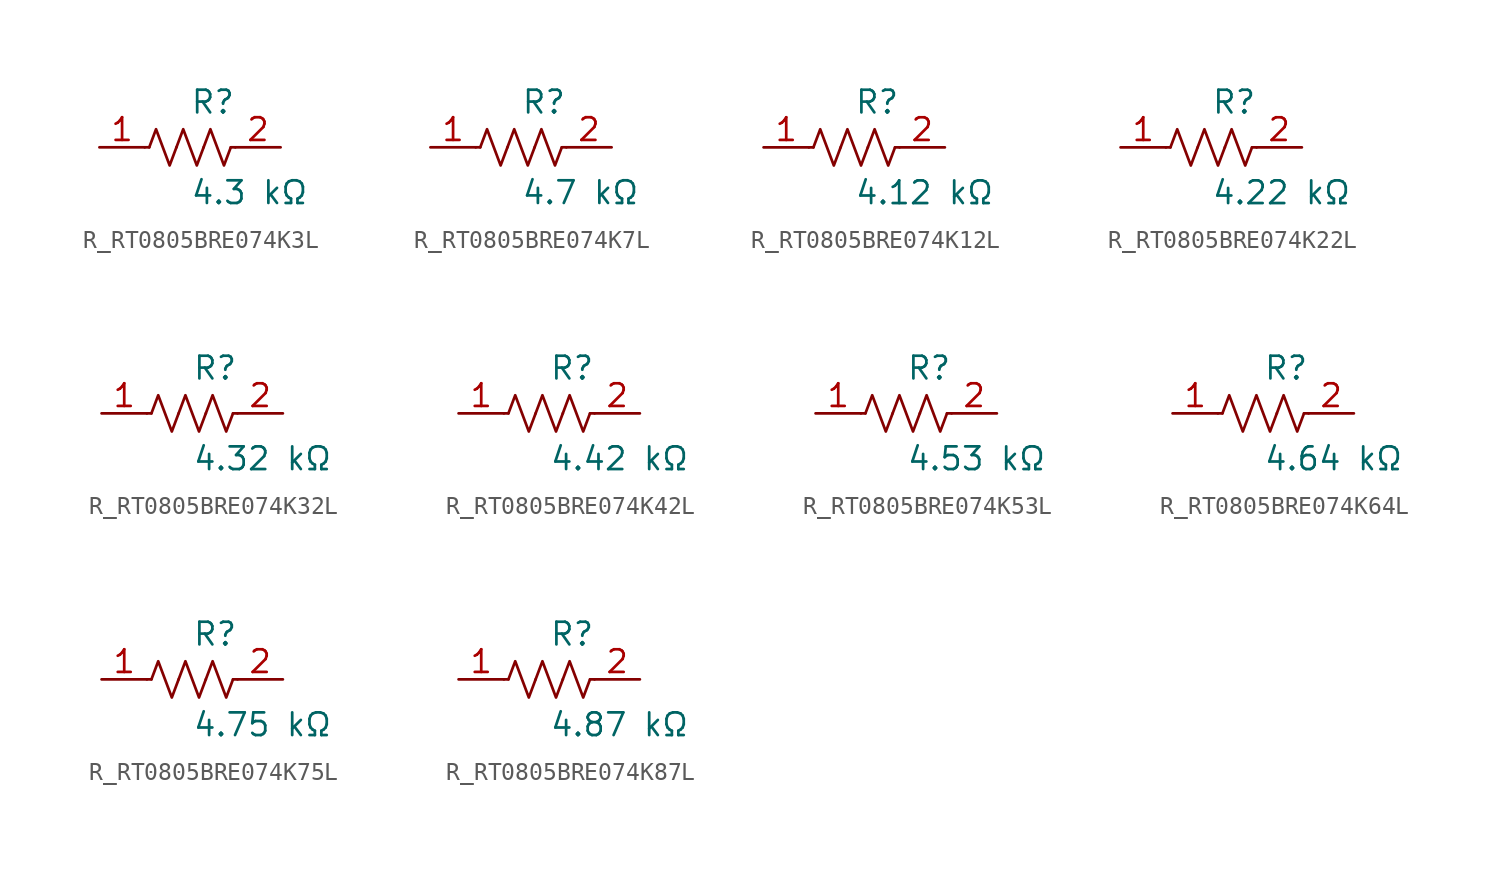
<source format=kicad_sym>
(kicad_symbol_lib
  (version 20231120)
  (generator kicad_symbol_editor)
  (generator_version 8.0)
  (symbol "R_RT0805BRE074K3L"
    (pin_names
      (offset 0.254))
    (property "Reference" "R"
      (at 0.0 2.54 0)
      (effects (font (size 1.27 1.27)) (justify left)))
    (property "Value" "4.3 kΩ"
      (at 0.0 -2.54 0)
      (effects (font (size 1.27 1.27)) (justify left)))
    (symbol "R_RT0805BRE074K3L_0_1"
      (polyline (pts (xy 2.286 0) (xy 2.54 0)) (stroke (width 0) (type default)) (fill (type none)))
      (polyline (pts (xy -2.286 0) (xy -2.54 0)) (stroke (width 0) (type default)) (fill (type none)))
      (polyline (pts (xy 0.762 0) (xy 1.143 1.016) (xy 1.524 0) (xy 1.905 -1.016) (xy 2.286 0)) (stroke (width 0) (type default)) (fill (type none)))
      (polyline (pts (xy -0.762 0) (xy -0.381 1.016) (xy 0 0) (xy 0.381 -1.016) (xy 0.762 0)) (stroke (width 0) (type default)) (fill (type none)))
      (polyline (pts (xy -2.286 0) (xy -1.905 1.016) (xy -1.524 0) (xy -1.143 -1.016) (xy -0.762 0)) (stroke (width 0) (type default)) (fill (type none))))
    (pin unspecified line
      (at -5.08 0 0)
      (length 2.54)
      (name "" (effects (font (size 1.27 1.27))))
      (number "1" (effects (font (size 1.27 1.27)))))
    (pin unspecified line
      (at 5.08 0 180)
      (length 2.54)
      (name "" (effects (font (size 1.27 1.27))))
      (number "2" (effects (font (size 1.27 1.27))))))
  (symbol "R_RT0805BRE074K7L"
    (pin_names
      (offset 0.254))
    (property "Reference" "R"
      (at 0.0 2.54 0)
      (effects (font (size 1.27 1.27)) (justify left)))
    (property "Value" "4.7 kΩ"
      (at 0.0 -2.54 0)
      (effects (font (size 1.27 1.27)) (justify left)))
    (symbol "R_RT0805BRE074K7L_0_1"
      (polyline (pts (xy 2.286 0) (xy 2.54 0)) (stroke (width 0) (type default)) (fill (type none)))
      (polyline (pts (xy -2.286 0) (xy -2.54 0)) (stroke (width 0) (type default)) (fill (type none)))
      (polyline (pts (xy 0.762 0) (xy 1.143 1.016) (xy 1.524 0) (xy 1.905 -1.016) (xy 2.286 0)) (stroke (width 0) (type default)) (fill (type none)))
      (polyline (pts (xy -0.762 0) (xy -0.381 1.016) (xy 0 0) (xy 0.381 -1.016) (xy 0.762 0)) (stroke (width 0) (type default)) (fill (type none)))
      (polyline (pts (xy -2.286 0) (xy -1.905 1.016) (xy -1.524 0) (xy -1.143 -1.016) (xy -0.762 0)) (stroke (width 0) (type default)) (fill (type none))))
    (pin unspecified line
      (at -5.08 0 0)
      (length 2.54)
      (name "" (effects (font (size 1.27 1.27))))
      (number "1" (effects (font (size 1.27 1.27)))))
    (pin unspecified line
      (at 5.08 0 180)
      (length 2.54)
      (name "" (effects (font (size 1.27 1.27))))
      (number "2" (effects (font (size 1.27 1.27))))))
  (symbol "R_RT0805BRE074K12L"
    (pin_names
      (offset 0.254))
    (property "Reference" "R"
      (at 0.0 2.54 0)
      (effects (font (size 1.27 1.27)) (justify left)))
    (property "Value" "4.12 kΩ"
      (at 0.0 -2.54 0)
      (effects (font (size 1.27 1.27)) (justify left)))
    (symbol "R_RT0805BRE074K12L_0_1"
      (polyline (pts (xy 2.286 0) (xy 2.54 0)) (stroke (width 0) (type default)) (fill (type none)))
      (polyline (pts (xy -2.286 0) (xy -2.54 0)) (stroke (width 0) (type default)) (fill (type none)))
      (polyline (pts (xy 0.762 0) (xy 1.143 1.016) (xy 1.524 0) (xy 1.905 -1.016) (xy 2.286 0)) (stroke (width 0) (type default)) (fill (type none)))
      (polyline (pts (xy -0.762 0) (xy -0.381 1.016) (xy 0 0) (xy 0.381 -1.016) (xy 0.762 0)) (stroke (width 0) (type default)) (fill (type none)))
      (polyline (pts (xy -2.286 0) (xy -1.905 1.016) (xy -1.524 0) (xy -1.143 -1.016) (xy -0.762 0)) (stroke (width 0) (type default)) (fill (type none))))
    (pin unspecified line
      (at -5.08 0 0)
      (length 2.54)
      (name "" (effects (font (size 1.27 1.27))))
      (number "1" (effects (font (size 1.27 1.27)))))
    (pin unspecified line
      (at 5.08 0 180)
      (length 2.54)
      (name "" (effects (font (size 1.27 1.27))))
      (number "2" (effects (font (size 1.27 1.27))))))
  (symbol "R_RT0805BRE074K22L"
    (pin_names
      (offset 0.254))
    (property "Reference" "R"
      (at 0.0 2.54 0)
      (effects (font (size 1.27 1.27)) (justify left)))
    (property "Value" "4.22 kΩ"
      (at 0.0 -2.54 0)
      (effects (font (size 1.27 1.27)) (justify left)))
    (symbol "R_RT0805BRE074K22L_0_1"
      (polyline (pts (xy 2.286 0) (xy 2.54 0)) (stroke (width 0) (type default)) (fill (type none)))
      (polyline (pts (xy -2.286 0) (xy -2.54 0)) (stroke (width 0) (type default)) (fill (type none)))
      (polyline (pts (xy 0.762 0) (xy 1.143 1.016) (xy 1.524 0) (xy 1.905 -1.016) (xy 2.286 0)) (stroke (width 0) (type default)) (fill (type none)))
      (polyline (pts (xy -0.762 0) (xy -0.381 1.016) (xy 0 0) (xy 0.381 -1.016) (xy 0.762 0)) (stroke (width 0) (type default)) (fill (type none)))
      (polyline (pts (xy -2.286 0) (xy -1.905 1.016) (xy -1.524 0) (xy -1.143 -1.016) (xy -0.762 0)) (stroke (width 0) (type default)) (fill (type none))))
    (pin unspecified line
      (at -5.08 0 0)
      (length 2.54)
      (name "" (effects (font (size 1.27 1.27))))
      (number "1" (effects (font (size 1.27 1.27)))))
    (pin unspecified line
      (at 5.08 0 180)
      (length 2.54)
      (name "" (effects (font (size 1.27 1.27))))
      (number "2" (effects (font (size 1.27 1.27))))))
  (symbol "R_RT0805BRE074K32L"
    (pin_names
      (offset 0.254))
    (property "Reference" "R"
      (at 0.0 2.54 0)
      (effects (font (size 1.27 1.27)) (justify left)))
    (property "Value" "4.32 kΩ"
      (at 0.0 -2.54 0)
      (effects (font (size 1.27 1.27)) (justify left)))
    (symbol "R_RT0805BRE074K32L_0_1"
      (polyline (pts (xy 2.286 0) (xy 2.54 0)) (stroke (width 0) (type default)) (fill (type none)))
      (polyline (pts (xy -2.286 0) (xy -2.54 0)) (stroke (width 0) (type default)) (fill (type none)))
      (polyline (pts (xy 0.762 0) (xy 1.143 1.016) (xy 1.524 0) (xy 1.905 -1.016) (xy 2.286 0)) (stroke (width 0) (type default)) (fill (type none)))
      (polyline (pts (xy -0.762 0) (xy -0.381 1.016) (xy 0 0) (xy 0.381 -1.016) (xy 0.762 0)) (stroke (width 0) (type default)) (fill (type none)))
      (polyline (pts (xy -2.286 0) (xy -1.905 1.016) (xy -1.524 0) (xy -1.143 -1.016) (xy -0.762 0)) (stroke (width 0) (type default)) (fill (type none))))
    (pin unspecified line
      (at -5.08 0 0)
      (length 2.54)
      (name "" (effects (font (size 1.27 1.27))))
      (number "1" (effects (font (size 1.27 1.27)))))
    (pin unspecified line
      (at 5.08 0 180)
      (length 2.54)
      (name "" (effects (font (size 1.27 1.27))))
      (number "2" (effects (font (size 1.27 1.27))))))
  (symbol "R_RT0805BRE074K42L"
    (pin_names
      (offset 0.254))
    (property "Reference" "R"
      (at 0.0 2.54 0)
      (effects (font (size 1.27 1.27)) (justify left)))
    (property "Value" "4.42 kΩ"
      (at 0.0 -2.54 0)
      (effects (font (size 1.27 1.27)) (justify left)))
    (symbol "R_RT0805BRE074K42L_0_1"
      (polyline (pts (xy 2.286 0) (xy 2.54 0)) (stroke (width 0) (type default)) (fill (type none)))
      (polyline (pts (xy -2.286 0) (xy -2.54 0)) (stroke (width 0) (type default)) (fill (type none)))
      (polyline (pts (xy 0.762 0) (xy 1.143 1.016) (xy 1.524 0) (xy 1.905 -1.016) (xy 2.286 0)) (stroke (width 0) (type default)) (fill (type none)))
      (polyline (pts (xy -0.762 0) (xy -0.381 1.016) (xy 0 0) (xy 0.381 -1.016) (xy 0.762 0)) (stroke (width 0) (type default)) (fill (type none)))
      (polyline (pts (xy -2.286 0) (xy -1.905 1.016) (xy -1.524 0) (xy -1.143 -1.016) (xy -0.762 0)) (stroke (width 0) (type default)) (fill (type none))))
    (pin unspecified line
      (at -5.08 0 0)
      (length 2.54)
      (name "" (effects (font (size 1.27 1.27))))
      (number "1" (effects (font (size 1.27 1.27)))))
    (pin unspecified line
      (at 5.08 0 180)
      (length 2.54)
      (name "" (effects (font (size 1.27 1.27))))
      (number "2" (effects (font (size 1.27 1.27))))))
  (symbol "R_RT0805BRE074K53L"
    (pin_names
      (offset 0.254))
    (property "Reference" "R"
      (at 0.0 2.54 0)
      (effects (font (size 1.27 1.27)) (justify left)))
    (property "Value" "4.53 kΩ"
      (at 0.0 -2.54 0)
      (effects (font (size 1.27 1.27)) (justify left)))
    (symbol "R_RT0805BRE074K53L_0_1"
      (polyline (pts (xy 2.286 0) (xy 2.54 0)) (stroke (width 0) (type default)) (fill (type none)))
      (polyline (pts (xy -2.286 0) (xy -2.54 0)) (stroke (width 0) (type default)) (fill (type none)))
      (polyline (pts (xy 0.762 0) (xy 1.143 1.016) (xy 1.524 0) (xy 1.905 -1.016) (xy 2.286 0)) (stroke (width 0) (type default)) (fill (type none)))
      (polyline (pts (xy -0.762 0) (xy -0.381 1.016) (xy 0 0) (xy 0.381 -1.016) (xy 0.762 0)) (stroke (width 0) (type default)) (fill (type none)))
      (polyline (pts (xy -2.286 0) (xy -1.905 1.016) (xy -1.524 0) (xy -1.143 -1.016) (xy -0.762 0)) (stroke (width 0) (type default)) (fill (type none))))
    (pin unspecified line
      (at -5.08 0 0)
      (length 2.54)
      (name "" (effects (font (size 1.27 1.27))))
      (number "1" (effects (font (size 1.27 1.27)))))
    (pin unspecified line
      (at 5.08 0 180)
      (length 2.54)
      (name "" (effects (font (size 1.27 1.27))))
      (number "2" (effects (font (size 1.27 1.27))))))
  (symbol "R_RT0805BRE074K64L"
    (pin_names
      (offset 0.254))
    (property "Reference" "R"
      (at 0.0 2.54 0)
      (effects (font (size 1.27 1.27)) (justify left)))
    (property "Value" "4.64 kΩ"
      (at 0.0 -2.54 0)
      (effects (font (size 1.27 1.27)) (justify left)))
    (symbol "R_RT0805BRE074K64L_0_1"
      (polyline (pts (xy 2.286 0) (xy 2.54 0)) (stroke (width 0) (type default)) (fill (type none)))
      (polyline (pts (xy -2.286 0) (xy -2.54 0)) (stroke (width 0) (type default)) (fill (type none)))
      (polyline (pts (xy 0.762 0) (xy 1.143 1.016) (xy 1.524 0) (xy 1.905 -1.016) (xy 2.286 0)) (stroke (width 0) (type default)) (fill (type none)))
      (polyline (pts (xy -0.762 0) (xy -0.381 1.016) (xy 0 0) (xy 0.381 -1.016) (xy 0.762 0)) (stroke (width 0) (type default)) (fill (type none)))
      (polyline (pts (xy -2.286 0) (xy -1.905 1.016) (xy -1.524 0) (xy -1.143 -1.016) (xy -0.762 0)) (stroke (width 0) (type default)) (fill (type none))))
    (pin unspecified line
      (at -5.08 0 0)
      (length 2.54)
      (name "" (effects (font (size 1.27 1.27))))
      (number "1" (effects (font (size 1.27 1.27)))))
    (pin unspecified line
      (at 5.08 0 180)
      (length 2.54)
      (name "" (effects (font (size 1.27 1.27))))
      (number "2" (effects (font (size 1.27 1.27))))))
  (symbol "R_RT0805BRE074K75L"
    (pin_names
      (offset 0.254))
    (property "Reference" "R"
      (at 0.0 2.54 0)
      (effects (font (size 1.27 1.27)) (justify left)))
    (property "Value" "4.75 kΩ"
      (at 0.0 -2.54 0)
      (effects (font (size 1.27 1.27)) (justify left)))
    (symbol "R_RT0805BRE074K75L_0_1"
      (polyline (pts (xy 2.286 0) (xy 2.54 0)) (stroke (width 0) (type default)) (fill (type none)))
      (polyline (pts (xy -2.286 0) (xy -2.54 0)) (stroke (width 0) (type default)) (fill (type none)))
      (polyline (pts (xy 0.762 0) (xy 1.143 1.016) (xy 1.524 0) (xy 1.905 -1.016) (xy 2.286 0)) (stroke (width 0) (type default)) (fill (type none)))
      (polyline (pts (xy -0.762 0) (xy -0.381 1.016) (xy 0 0) (xy 0.381 -1.016) (xy 0.762 0)) (stroke (width 0) (type default)) (fill (type none)))
      (polyline (pts (xy -2.286 0) (xy -1.905 1.016) (xy -1.524 0) (xy -1.143 -1.016) (xy -0.762 0)) (stroke (width 0) (type default)) (fill (type none))))
    (pin unspecified line
      (at -5.08 0 0)
      (length 2.54)
      (name "" (effects (font (size 1.27 1.27))))
      (number "1" (effects (font (size 1.27 1.27)))))
    (pin unspecified line
      (at 5.08 0 180)
      (length 2.54)
      (name "" (effects (font (size 1.27 1.27))))
      (number "2" (effects (font (size 1.27 1.27))))))
  (symbol "R_RT0805BRE074K87L"
    (pin_names
      (offset 0.254))
    (property "Reference" "R"
      (at 0.0 2.54 0)
      (effects (font (size 1.27 1.27)) (justify left)))
    (property "Value" "4.87 kΩ"
      (at 0.0 -2.54 0)
      (effects (font (size 1.27 1.27)) (justify left)))
    (symbol "R_RT0805BRE074K87L_0_1"
      (polyline (pts (xy 2.286 0) (xy 2.54 0)) (stroke (width 0) (type default)) (fill (type none)))
      (polyline (pts (xy -2.286 0) (xy -2.54 0)) (stroke (width 0) (type default)) (fill (type none)))
      (polyline (pts (xy 0.762 0) (xy 1.143 1.016) (xy 1.524 0) (xy 1.905 -1.016) (xy 2.286 0)) (stroke (width 0) (type default)) (fill (type none)))
      (polyline (pts (xy -0.762 0) (xy -0.381 1.016) (xy 0 0) (xy 0.381 -1.016) (xy 0.762 0)) (stroke (width 0) (type default)) (fill (type none)))
      (polyline (pts (xy -2.286 0) (xy -1.905 1.016) (xy -1.524 0) (xy -1.143 -1.016) (xy -0.762 0)) (stroke (width 0) (type default)) (fill (type none))))
    (pin unspecified line
      (at -5.08 0 0)
      (length 2.54)
      (name "" (effects (font (size 1.27 1.27))))
      (number "1" (effects (font (size 1.27 1.27)))))
    (pin unspecified line
      (at 5.08 0 180)
      (length 2.54)
      (name "" (effects (font (size 1.27 1.27))))
      (number "2" (effects (font (size 1.27 1.27)))))))
</source>
